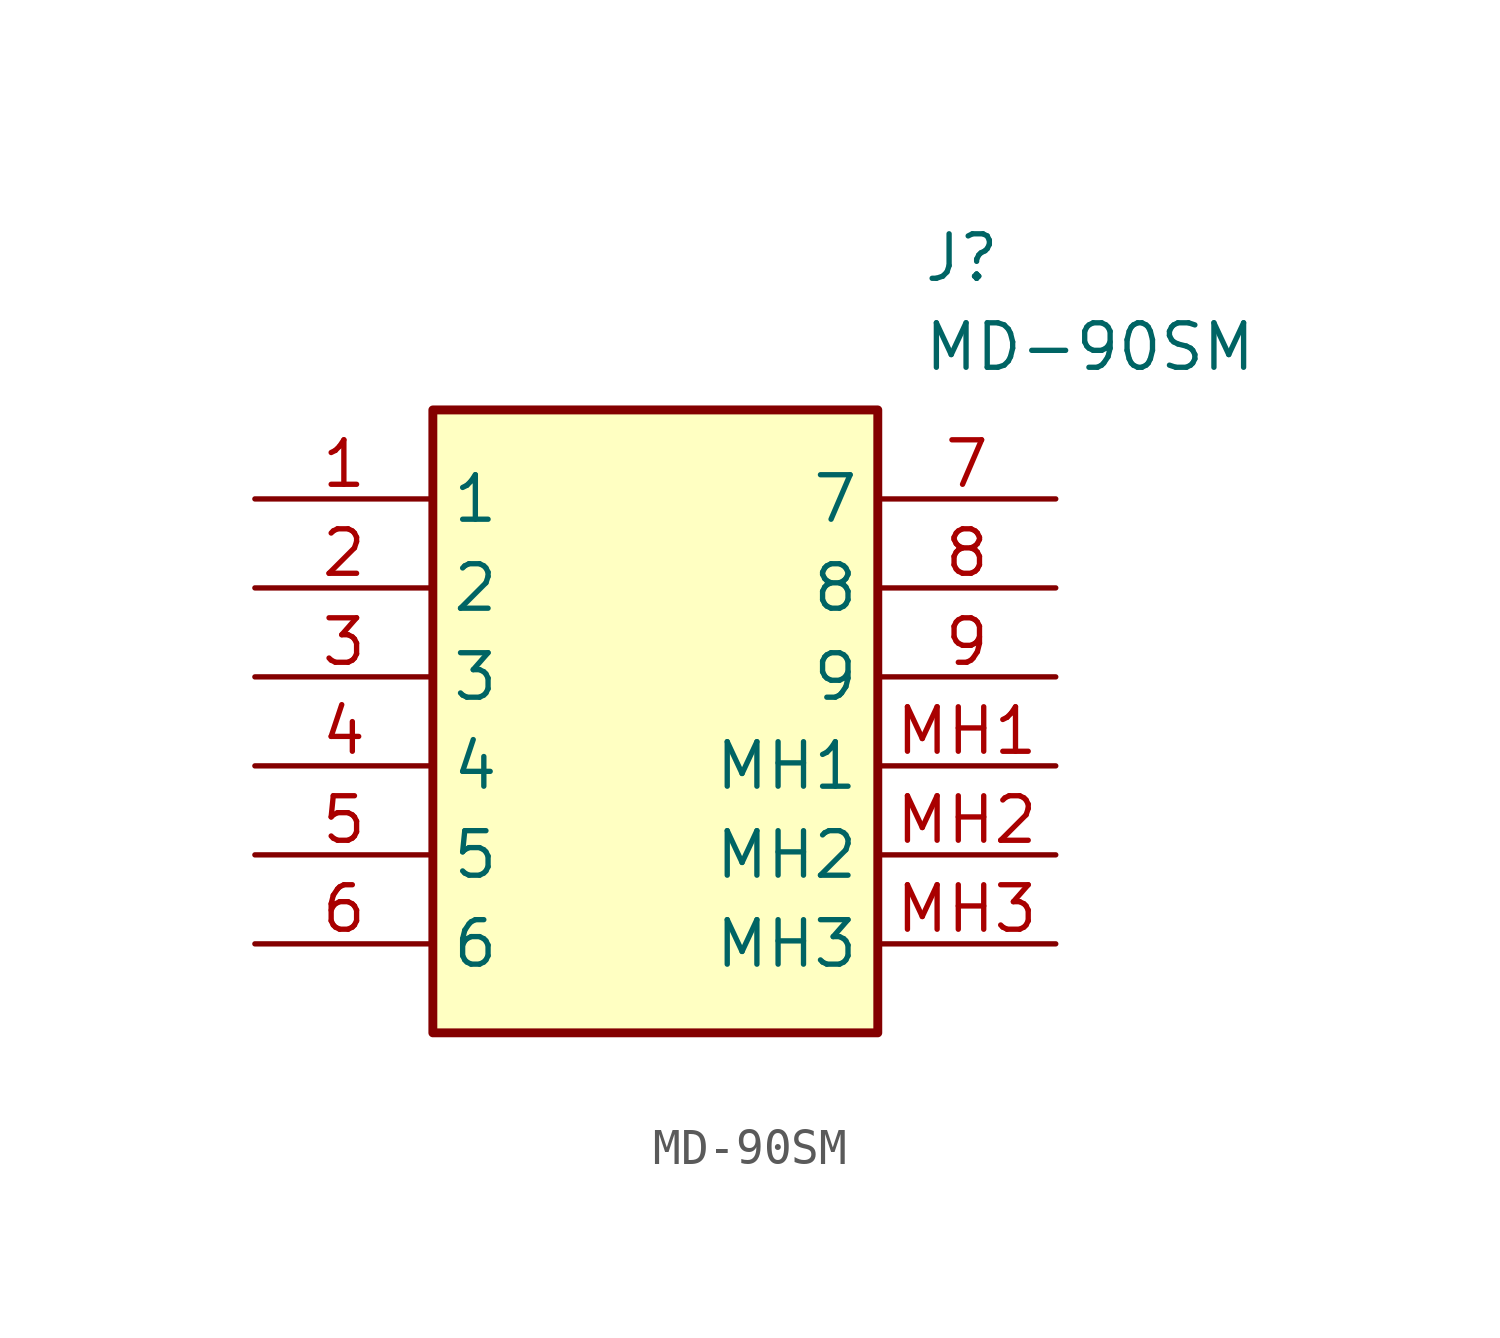
<source format=kicad_sym>
(kicad_symbol_lib
  (version 20211014)
  (generator SamacSys_ECAD_Model)
  (symbol "MD-90SM"
    (property "Reference" "J"
      (at 19.05 7.62 0)
      (effects (font (size 1.27 1.27)) (justify left top)))
    (property "Value" "MD-90SM"
      (at 19.05 5.08 0)
      (effects (font (size 1.27 1.27)) (justify left top)))
    (rectangle
      (start 5.08 2.54)
      (end 17.78 -15.24)
      (stroke (width 0.254) (type default))
      (fill (type background)))
    (pin passive line
      (at 0 0 0)
      (length 5.08)
      (name "1" (effects (font (size 1.27 1.27))))
      (number "1" (effects (font (size 1.27 1.27)))))
    (pin passive line
      (at 0 -2.54 0)
      (length 5.08)
      (name "2" (effects (font (size 1.27 1.27))))
      (number "2" (effects (font (size 1.27 1.27)))))
    (pin passive line
      (at 0 -5.08 0)
      (length 5.08)
      (name "3" (effects (font (size 1.27 1.27))))
      (number "3" (effects (font (size 1.27 1.27)))))
    (pin passive line
      (at 0 -7.62 0)
      (length 5.08)
      (name "4" (effects (font (size 1.27 1.27))))
      (number "4" (effects (font (size 1.27 1.27)))))
    (pin passive line
      (at 0 -10.16 0)
      (length 5.08)
      (name "5" (effects (font (size 1.27 1.27))))
      (number "5" (effects (font (size 1.27 1.27)))))
    (pin passive line
      (at 0 -12.7 0)
      (length 5.08)
      (name "6" (effects (font (size 1.27 1.27))))
      (number "6" (effects (font (size 1.27 1.27)))))
    (pin passive line
      (at 22.86 0 180)
      (length 5.08)
      (name "7" (effects (font (size 1.27 1.27))))
      (number "7" (effects (font (size 1.27 1.27)))))
    (pin passive line
      (at 22.86 -2.54 180)
      (length 5.08)
      (name "8" (effects (font (size 1.27 1.27))))
      (number "8" (effects (font (size 1.27 1.27)))))
    (pin passive line
      (at 22.86 -5.08 180)
      (length 5.08)
      (name "9" (effects (font (size 1.27 1.27))))
      (number "9" (effects (font (size 1.27 1.27)))))
    (pin passive line
      (at 22.86 -7.62 180)
      (length 5.08)
      (name "MH1" (effects (font (size 1.27 1.27))))
      (number "MH1" (effects (font (size 1.27 1.27)))))
    (pin passive line
      (at 22.86 -10.16 180)
      (length 5.08)
      (name "MH2" (effects (font (size 1.27 1.27))))
      (number "MH2" (effects (font (size 1.27 1.27)))))
    (pin passive line
      (at 22.86 -12.7 180)
      (length 5.08)
      (name "MH3" (effects (font (size 1.27 1.27))))
      (number "MH3" (effects (font (size 1.27 1.27)))))))
</source>
